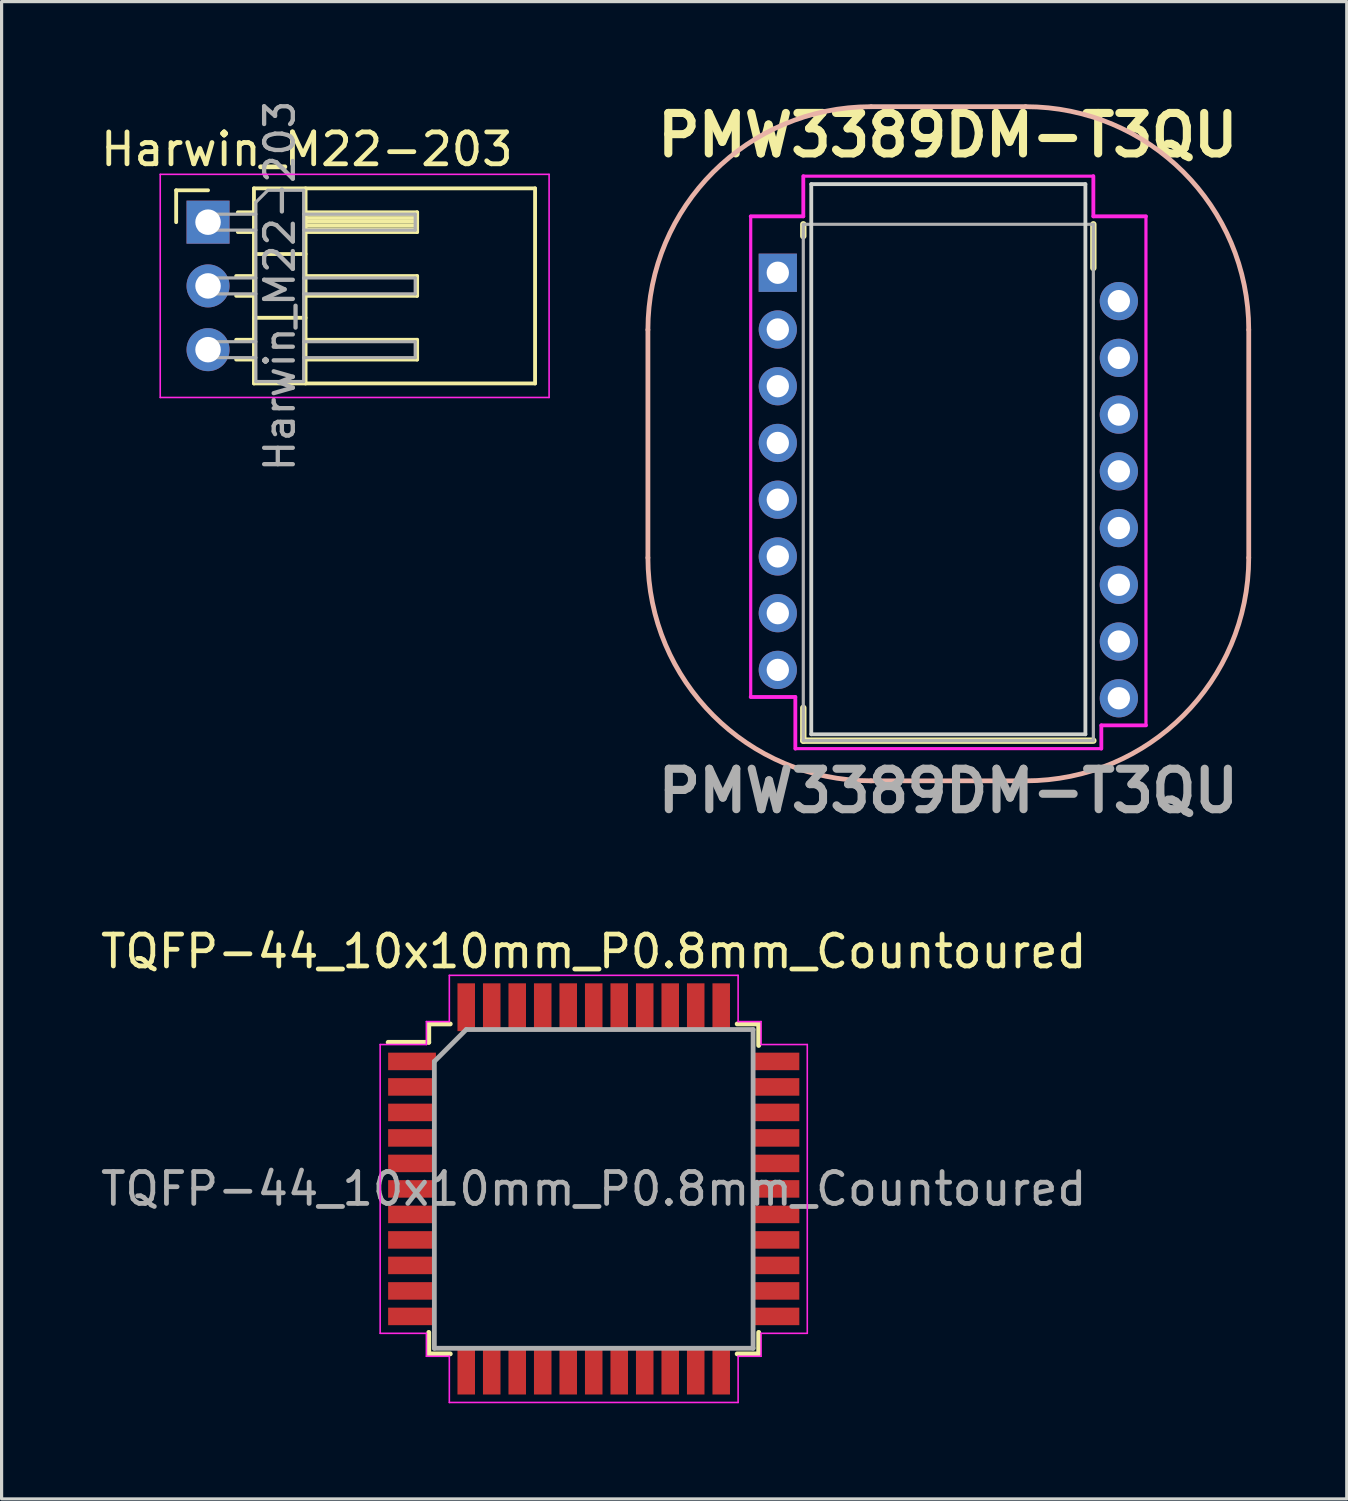
<source format=kicad_pcb>
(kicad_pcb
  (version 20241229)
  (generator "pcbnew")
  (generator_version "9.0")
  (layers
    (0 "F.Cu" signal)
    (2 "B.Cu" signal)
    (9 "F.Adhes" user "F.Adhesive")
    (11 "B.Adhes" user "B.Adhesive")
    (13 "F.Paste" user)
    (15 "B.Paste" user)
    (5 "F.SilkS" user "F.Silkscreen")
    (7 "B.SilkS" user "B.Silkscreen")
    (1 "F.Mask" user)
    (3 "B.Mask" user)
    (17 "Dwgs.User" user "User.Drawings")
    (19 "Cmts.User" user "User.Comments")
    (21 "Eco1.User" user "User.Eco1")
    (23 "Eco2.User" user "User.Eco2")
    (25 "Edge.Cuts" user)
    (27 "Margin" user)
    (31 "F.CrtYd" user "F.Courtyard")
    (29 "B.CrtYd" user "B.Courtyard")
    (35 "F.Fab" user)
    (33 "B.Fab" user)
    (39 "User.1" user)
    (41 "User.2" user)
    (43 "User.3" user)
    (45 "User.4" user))
  (footprint "Harwin_M22-203"
    (layer "F.Cu")
    (at 3.477 3.92)
    (property "Reference" "Harwin_M22-203" (at 3.1 -2.286 180) (layer "F.SilkS") (effects (font (size 1 1) (thickness 0.15))))
    (attr through_hole)
    (fp_line (start -1 -1) (end 0 -1) (stroke (width 0.12) (type solid)) (layer "F.SilkS"))
    (fp_line (start -1 0) (end -1 -1) (stroke (width 0.12) (type solid)) (layer "F.SilkS"))
    (fp_line (start 0.882 1.69) (end 1.44 1.69) (stroke (width 0.12) (type solid)) (layer "F.SilkS"))
    (fp_line (start 0.882 2.31) (end 1.44 2.31) (stroke (width 0.12) (type solid)) (layer "F.SilkS"))
    (fp_line (start 0.882 3.69) (end 1.44 3.69) (stroke (width 0.12) (type solid)) (layer "F.SilkS"))
    (fp_line (start 0.882 4.31) (end 1.44 4.31) (stroke (width 0.12) (type solid)) (layer "F.SilkS"))
    (fp_line (start 0.935 -0.31) (end 1.44 -0.31) (stroke (width 0.12) (type solid)) (layer "F.SilkS"))
    (fp_line (start 0.935 0.31) (end 1.44 0.31) (stroke (width 0.12) (type solid)) (layer "F.SilkS"))
    (fp_line (start 1.44 -1.06) (end 1.44 5.06) (stroke (width 0.12) (type solid)) (layer "F.SilkS"))
    (fp_line (start 1.44 1) (end 3.06 1) (stroke (width 0.12) (type solid)) (layer "F.SilkS"))
    (fp_line (start 1.44 3) (end 3.06 3) (stroke (width 0.12) (type solid)) (layer "F.SilkS"))
    (fp_line (start 1.44 5.06) (end 10.26 5.06) (stroke (width 0.12) (type solid)) (layer "F.SilkS"))
    (fp_line (start 3.06 -0.31) (end 6.56 -0.31) (stroke (width 0.12) (type solid)) (layer "F.SilkS"))
    (fp_line (start 3.06 -0.25) (end 6.56 -0.25) (stroke (width 0.12) (type solid)) (layer "F.SilkS"))
    (fp_line (start 3.06 -0.13) (end 6.56 -0.13) (stroke (width 0.12) (type solid)) (layer "F.SilkS"))
    (fp_line (start 3.06 -0.01) (end 6.56 -0.01) (stroke (width 0.12) (type solid)) (layer "F.SilkS"))
    (fp_line (start 3.06 0.11) (end 6.56 0.11) (stroke (width 0.12) (type solid)) (layer "F.SilkS"))
    (fp_line (start 3.06 0.23) (end 6.56 0.23) (stroke (width 0.12) (type solid)) (layer "F.SilkS"))
    (fp_line (start 3.06 1.69) (end 6.56 1.69) (stroke (width 0.12) (type solid)) (layer "F.SilkS"))
    (fp_line (start 3.06 3.69) (end 6.56 3.69) (stroke (width 0.12) (type solid)) (layer "F.SilkS"))
    (fp_line (start 3.06 5.06) (end 3.06 -1.06) (stroke (width 0.12) (type solid)) (layer "F.SilkS"))
    (fp_line (start 6.56 -0.31) (end 6.56 0.31) (stroke (width 0.12) (type solid)) (layer "F.SilkS"))
    (fp_line (start 6.56 0.31) (end 3.06 0.31) (stroke (width 0.12) (type solid)) (layer "F.SilkS"))
    (fp_line (start 6.56 1.69) (end 6.56 2.31) (stroke (width 0.12) (type solid)) (layer "F.SilkS"))
    (fp_line (start 6.56 2.31) (end 3.06 2.31) (stroke (width 0.12) (type solid)) (layer "F.SilkS"))
    (fp_line (start 6.56 3.69) (end 6.56 4.31) (stroke (width 0.12) (type solid)) (layer "F.SilkS"))
    (fp_line (start 6.56 4.31) (end 3.06 4.31) (stroke (width 0.12) (type solid)) (layer "F.SilkS"))
    (fp_line (start 10.26 -1.06) (end 1.44 -1.06) (stroke (width 0.12) (type solid)) (layer "F.SilkS"))
    (fp_line (start 10.26 5.06) (end 10.26 -1.06) (stroke (width 0.12) (type solid)) (layer "F.SilkS"))
    (fp_line (start -1.5 -1.5) (end -1.5 5.5) (stroke (width 0.05) (type solid)) (layer "F.CrtYd"))
    (fp_line (start -1.5 5.5) (end 10.7 5.5) (stroke (width 0.05) (type solid)) (layer "F.CrtYd"))
    (fp_line (start 10.7 -1.5) (end -1.5 -1.5) (stroke (width 0.05) (type solid)) (layer "F.CrtYd"))
    (fp_line (start 10.7 5.5) (end 10.7 -1.5) (stroke (width 0.05) (type solid)) (layer "F.CrtYd"))
    (fp_line (start -0.25 -0.25) (end -0.25 0.25) (stroke (width 0.1) (type solid)) (layer "F.Fab"))
    (fp_line (start -0.25 -0.25) (end 1.5 -0.25) (stroke (width 0.1) (type solid)) (layer "F.Fab"))
    (fp_line (start -0.25 0.25) (end 1.5 0.25) (stroke (width 0.1) (type solid)) (layer "F.Fab"))
    (fp_line (start -0.25 1.75) (end -0.25 2.25) (stroke (width 0.1) (type solid)) (layer "F.Fab"))
    (fp_line (start -0.25 1.75) (end 1.5 1.75) (stroke (width 0.1) (type solid)) (layer "F.Fab"))
    (fp_line (start -0.25 2.25) (end 1.5 2.25) (stroke (width 0.1) (type solid)) (layer "F.Fab"))
    (fp_line (start -0.25 3.75) (end -0.25 4.25) (stroke (width 0.1) (type solid)) (layer "F.Fab"))
    (fp_line (start -0.25 3.75) (end 1.5 3.75) (stroke (width 0.1) (type solid)) (layer "F.Fab"))
    (fp_line (start -0.25 4.25) (end 1.5 4.25) (stroke (width 0.1) (type solid)) (layer "F.Fab"))
    (fp_line (start 1.5 -0.625) (end 1.875 -1) (stroke (width 0.1) (type solid)) (layer "F.Fab"))
    (fp_line (start 1.5 5) (end 1.5 -0.625) (stroke (width 0.1) (type solid)) (layer "F.Fab"))
    (fp_line (start 1.875 -1) (end 3 -1) (stroke (width 0.1) (type solid)) (layer "F.Fab"))
    (fp_line (start 3 -1) (end 3 5) (stroke (width 0.1) (type solid)) (layer "F.Fab"))
    (fp_line (start 3 -0.25) (end 6.5 -0.25) (stroke (width 0.1) (type solid)) (layer "F.Fab"))
    (fp_line (start 3 0.25) (end 6.5 0.25) (stroke (width 0.1) (type solid)) (layer "F.Fab"))
    (fp_line (start 3 1.75) (end 6.5 1.75) (stroke (width 0.1) (type solid)) (layer "F.Fab"))
    (fp_line (start 3 2.25) (end 6.5 2.25) (stroke (width 0.1) (type solid)) (layer "F.Fab"))
    (fp_line (start 3 3.75) (end 6.5 3.75) (stroke (width 0.1) (type solid)) (layer "F.Fab"))
    (fp_line (start 3 4.25) (end 6.5 4.25) (stroke (width 0.1) (type solid)) (layer "F.Fab"))
    (fp_line (start 3 5) (end 1.5 5) (stroke (width 0.1) (type solid)) (layer "F.Fab"))
    (fp_line (start 6.5 -0.25) (end 6.5 0.25) (stroke (width 0.1) (type solid)) (layer "F.Fab"))
    (fp_line (start 6.5 1.75) (end 6.5 2.25) (stroke (width 0.1) (type solid)) (layer "F.Fab"))
    (fp_line (start 6.5 3.75) (end 6.5 4.25) (stroke (width 0.1) (type solid)) (layer "F.Fab"))
    (fp_text user "${REFERENCE}" (at 2.25 2 90) (layer "F.Fab") (effects (font (size 0.9 0.9) (thickness 0.135))))
    (pad "1" thru_hole rect (at 0 0) (size 1.35 1.35) (drill 0.8) (layers "*.Cu" "*.Mask"))
    (pad "2" thru_hole oval (at 0 2) (size 1.35 1.35) (drill 0.8) (layers "*.Cu" "*.Mask"))
    (pad "3" thru_hole oval (at 0 4) (size 1.35 1.35) (drill 0.8) (layers "*.Cu" "*.Mask")))
  (footprint "PMW3389DM-T3QU"
    (layer "F.Cu")
    (at 21.352 5.507)
    (property "Reference" "PMW3389DM-T3QU" (at 5.334 -4.318 0) (layer "F.SilkS") (effects (font (size 1.27 1.27) (thickness 0.254))))
    (attr through_hole)
    (fp_line (start 0.8 -1.15) (end 0.8 -1.52) (stroke (width 0.2) (type solid)) (layer "F.SilkS"))
    (fp_line (start 0.8 14.68) (end 0.8 13.65) (stroke (width 0.2) (type solid)) (layer "F.SilkS"))
    (fp_line (start 9.9 -1.52) (end 9.9 -0.15) (stroke (width 0.2) (type solid)) (layer "F.SilkS"))
    (fp_line (start 9.9 14.68) (end 0.8 14.68) (stroke (width 0.2) (type solid)) (layer "F.SilkS"))
    (fp_line (start -4.075 1.79) (end -4.075 8.94) (stroke (width 0.15) (type solid)) (layer "B.SilkS"))
    (fp_line (start 2.925 -5.21) (end 7.775 -5.21) (stroke (width 0.15) (type solid)) (layer "B.SilkS"))
    (fp_line (start 2.925 15.94) (end 7.775 15.94) (stroke (width 0.15) (type solid)) (layer "B.SilkS"))
    (fp_line (start 14.775 8.94) (end 14.775 1.79) (stroke (width 0.15) (type solid)) (layer "B.SilkS"))
    (fp_arc (start -4.075 1.79) (mid -2.024747 -3.159747) (end 2.925 -5.21) (stroke (width 0.15) (type solid)) (layer "B.SilkS"))
    (fp_arc (start 2.925 15.94) (mid -2.024747 13.889747) (end -4.075 8.94) (stroke (width 0.15) (type solid)) (layer "B.SilkS"))
    (fp_arc (start 7.775 -5.21) (mid 12.724747 -3.159747) (end 14.775 1.79) (stroke (width 0.15) (type solid)) (layer "B.SilkS"))
    (fp_arc (start 14.775 8.94) (mid 12.724747 13.889747) (end 7.775 15.94) (stroke (width 0.15) (type solid)) (layer "B.SilkS"))
    (fp_circle (center 5.35 5.66) (end 5.6 5.66) (stroke (width 0.12) (type solid)) (fill no) (layer "Eco2.User"))
    (fp_line (start 1.05 -2.78) (end 9.65 -2.78) (stroke (width 0.12) (type solid)) (layer "Edge.Cuts"))
    (fp_line (start 1.05 14.48) (end 1.05 -2.78) (stroke (width 0.12) (type solid)) (layer "Edge.Cuts"))
    (fp_line (start 9.65 -2.78) (end 9.65 14.48) (stroke (width 0.12) (type solid)) (layer "Edge.Cuts"))
    (fp_line (start 9.65 14.48) (end 1.05 14.48) (stroke (width 0.12) (type solid)) (layer "Edge.Cuts"))
    (fp_line (start -0.85 -1.77) (end 0.8 -1.77) (stroke (width 0.12) (type solid)) (layer "F.CrtYd"))
    (fp_line (start -0.85 13.31) (end -0.85 -1.77) (stroke (width 0.1) (type solid)) (layer "F.CrtYd"))
    (fp_line (start -0.85 13.31) (end 0.55 13.31) (stroke (width 0.12) (type solid)) (layer "F.CrtYd"))
    (fp_line (start 0.55 13.31) (end 0.55 14.93) (stroke (width 0.12) (type solid)) (layer "F.CrtYd"))
    (fp_line (start 0.8 -3.03) (end 9.9 -3.03) (stroke (width 0.1) (type solid)) (layer "F.CrtYd"))
    (fp_line (start 0.8 -1.77) (end 0.8 -3.03) (stroke (width 0.12) (type solid)) (layer "F.CrtYd"))
    (fp_line (start 9.9 -1.77) (end 9.9 -3.03) (stroke (width 0.12) (type solid)) (layer "F.CrtYd"))
    (fp_line (start 10.15 14.2) (end 10.15 14.93) (stroke (width 0.12) (type solid)) (layer "F.CrtYd"))
    (fp_line (start 10.15 14.93) (end 0.55 14.93) (stroke (width 0.1) (type solid)) (layer "F.CrtYd"))
    (fp_line (start 11.55 -1.77) (end 9.9 -1.77) (stroke (width 0.12) (type solid)) (layer "F.CrtYd"))
    (fp_line (start 11.55 -1.77) (end 11.55 14.2) (stroke (width 0.1) (type solid)) (layer "F.CrtYd"))
    (fp_line (start 11.55 14.2) (end 10.15 14.2) (stroke (width 0.12) (type solid)) (layer "F.CrtYd"))
    (fp_line (start 0.8 -1.52) (end 0.8 14.68) (stroke (width 0.1) (type solid)) (layer "F.Fab"))
    (fp_line (start 0.8 14.68) (end 9.9 14.68) (stroke (width 0.1) (type solid)) (layer "F.Fab"))
    (fp_line (start 9.9 -1.52) (end 0.8 -1.52) (stroke (width 0.1) (type solid)) (layer "F.Fab"))
    (fp_line (start 9.9 14.68) (end 9.9 -1.52) (stroke (width 0.1) (type solid)) (layer "F.Fab"))
    (fp_text user "${REFERENCE}" (at 5.35 16.256 0) (layer "F.Fab") (effects (font (size 1.27 1.27) (thickness 0.254))))
    (pad "1" thru_hole rect (at 0 0) (size 1.2 1.2) (drill 0.7) (layers "*.Cu" "*.Mask"))
    (pad "2" thru_hole circle (at 0 1.78) (size 1.2 1.2) (drill 0.7) (layers "*.Cu" "*.Mask"))
    (pad "3" thru_hole circle (at 0 3.56) (size 1.2 1.2) (drill 0.7) (layers "*.Cu" "*.Mask"))
    (pad "4" thru_hole circle (at 0 5.34) (size 1.2 1.2) (drill 0.7) (layers "*.Cu" "*.Mask"))
    (pad "5" thru_hole circle (at 0 7.12) (size 1.2 1.2) (drill 0.7) (layers "*.Cu" "*.Mask"))
    (pad "6" thru_hole circle (at 0 8.9) (size 1.2 1.2) (drill 0.7) (layers "*.Cu" "*.Mask"))
    (pad "7" thru_hole circle (at 0 10.68) (size 1.2 1.2) (drill 0.7) (layers "*.Cu" "*.Mask"))
    (pad "8" thru_hole circle (at 0 12.46) (size 1.2 1.2) (drill 0.7) (layers "*.Cu" "*.Mask"))
    (pad "9" thru_hole circle (at 10.7 13.35) (size 1.2 1.2) (drill 0.7) (layers "*.Cu" "*.Mask"))
    (pad "10" thru_hole circle (at 10.7 11.57) (size 1.2 1.2) (drill 0.7) (layers "*.Cu" "*.Mask"))
    (pad "11" thru_hole circle (at 10.7 9.79) (size 1.2 1.2) (drill 0.7) (layers "*.Cu" "*.Mask"))
    (pad "12" thru_hole circle (at 10.7 8.01) (size 1.2 1.2) (drill 0.7) (layers "*.Cu" "*.Mask"))
    (pad "13" thru_hole circle (at 10.7 6.23) (size 1.2 1.2) (drill 0.7) (layers "*.Cu" "*.Mask"))
    (pad "14" thru_hole circle (at 10.7 4.45) (size 1.2 1.2) (drill 0.7) (layers "*.Cu" "*.Mask"))
    (pad "15" thru_hole circle (at 10.7 2.67) (size 1.2 1.2) (drill 0.7) (layers "*.Cu" "*.Mask"))
    (pad "16" thru_hole circle (at 10.7 0.89) (size 1.2 1.2) (drill 0.7) (layers "*.Cu" "*.Mask")))
  (footprint "TQFP-44_10x10mm_P0.8mm_Countoured"
    (layer "F.Cu")
    (at 15.577 34.25)
    (property "Reference" "TQFP-44_10x10mm_P0.8mm_Countoured" (at 0 -7.45 0) (layer "F.SilkS") (effects (font (size 1 1) (thickness 0.15))))
    (attr smd)
    (fp_line (start -5.175 -5.175) (end -5.175 -4.6) (stroke (width 0.15) (type solid)) (layer "F.SilkS"))
    (fp_line (start -5.175 -5.175) (end -4.5 -5.175) (stroke (width 0.15) (type solid)) (layer "F.SilkS"))
    (fp_line (start -5.175 -4.6) (end -6.45 -4.6) (stroke (width 0.15) (type solid)) (layer "F.SilkS"))
    (fp_line (start -5.175 5.175) (end -5.175 4.5) (stroke (width 0.15) (type solid)) (layer "F.SilkS"))
    (fp_line (start -5.175 5.175) (end -4.5 5.175) (stroke (width 0.15) (type solid)) (layer "F.SilkS"))
    (fp_line (start 5.175 -5.175) (end 4.5 -5.175) (stroke (width 0.15) (type solid)) (layer "F.SilkS"))
    (fp_line (start 5.175 -5.175) (end 5.175 -4.5) (stroke (width 0.15) (type solid)) (layer "F.SilkS"))
    (fp_line (start 5.175 5.175) (end 4.5 5.175) (stroke (width 0.15) (type solid)) (layer "F.SilkS"))
    (fp_line (start 5.175 5.175) (end 5.175 4.5) (stroke (width 0.15) (type solid)) (layer "F.SilkS"))
    (fp_line (start -6.7 -4.53) (end -6.7 4.53) (stroke (width 0.05) (type solid)) (layer "F.CrtYd"))
    (fp_line (start -5.25 -5.25) (end -5.25 -4.53) (stroke (width 0.05) (type solid)) (layer "F.CrtYd"))
    (fp_line (start -5.25 -4.53) (end -6.7 -4.53) (stroke (width 0.05) (type solid)) (layer "F.CrtYd"))
    (fp_line (start -5.25 4.53) (end -6.7 4.53) (stroke (width 0.05) (type solid)) (layer "F.CrtYd"))
    (fp_line (start -5.25 5.25) (end -5.25 4.53) (stroke (width 0.05) (type solid)) (layer "F.CrtYd"))
    (fp_line (start -4.53 -6.7) (end -4.53 -5.25) (stroke (width 0.05) (type solid)) (layer "F.CrtYd"))
    (fp_line (start -4.53 -6.7) (end 4.53 -6.7) (stroke (width 0.05) (type solid)) (layer "F.CrtYd"))
    (fp_line (start -4.53 -5.25) (end -5.25 -5.25) (stroke (width 0.05) (type solid)) (layer "F.CrtYd"))
    (fp_line (start -4.53 5.25) (end -5.25 5.25) (stroke (width 0.05) (type solid)) (layer "F.CrtYd"))
    (fp_line (start -4.53 6.7) (end -4.53 5.25) (stroke (width 0.05) (type solid)) (layer "F.CrtYd"))
    (fp_line (start -4.53 6.7) (end 4.53 6.7) (stroke (width 0.05) (type solid)) (layer "F.CrtYd"))
    (fp_line (start 4.53 -6.7) (end 4.53 -5.25) (stroke (width 0.05) (type solid)) (layer "F.CrtYd"))
    (fp_line (start 4.53 -5.25) (end 5.25 -5.25) (stroke (width 0.05) (type solid)) (layer "F.CrtYd"))
    (fp_line (start 4.53 5.25) (end 5.25 5.25) (stroke (width 0.05) (type solid)) (layer "F.CrtYd"))
    (fp_line (start 4.53 6.7) (end 4.53 5.25) (stroke (width 0.05) (type solid)) (layer "F.CrtYd"))
    (fp_line (start 5.25 -5.25) (end 5.25 -4.53) (stroke (width 0.05) (type solid)) (layer "F.CrtYd"))
    (fp_line (start 5.25 -4.53) (end 6.7 -4.53) (stroke (width 0.05) (type solid)) (layer "F.CrtYd"))
    (fp_line (start 5.25 4.53) (end 6.7 4.53) (stroke (width 0.05) (type solid)) (layer "F.CrtYd"))
    (fp_line (start 5.25 5.25) (end 5.25 4.53) (stroke (width 0.05) (type solid)) (layer "F.CrtYd"))
    (fp_line (start 6.7 -4.53) (end 6.7 4.53) (stroke (width 0.05) (type solid)) (layer "F.CrtYd"))
    (fp_line (start -5 -4) (end -4 -5) (stroke (width 0.15) (type solid)) (layer "F.Fab"))
    (fp_line (start -5 5) (end -5 -4) (stroke (width 0.15) (type solid)) (layer "F.Fab"))
    (fp_line (start -4 -5) (end 5 -5) (stroke (width 0.15) (type solid)) (layer "F.Fab"))
    (fp_line (start 5 -5) (end 5 5) (stroke (width 0.15) (type solid)) (layer "F.Fab"))
    (fp_line (start 5 5) (end -5 5) (stroke (width 0.15) (type solid)) (layer "F.Fab"))
    (fp_text user "${REFERENCE}" (at 0 0 0) (layer "F.Fab") (effects (font (size 1 1) (thickness 0.15))))
    (pad "1" smd rect (at -5.7 -4) (size 1.5 0.55) (layers "F.Cu" "F.Mask" "F.Paste"))
    (pad "2" smd rect (at -5.7 -3.2) (size 1.5 0.55) (layers "F.Cu" "F.Mask" "F.Paste"))
    (pad "3" smd rect (at -5.7 -2.4) (size 1.5 0.55) (layers "F.Cu" "F.Mask" "F.Paste"))
    (pad "4" smd rect (at -5.7 -1.6) (size 1.5 0.55) (layers "F.Cu" "F.Mask" "F.Paste"))
    (pad "5" smd rect (at -5.7 -0.8) (size 1.5 0.55) (layers "F.Cu" "F.Mask" "F.Paste"))
    (pad "6" smd rect (at -5.7 0) (size 1.5 0.55) (layers "F.Cu" "F.Mask" "F.Paste"))
    (pad "7" smd rect (at -5.7 0.8) (size 1.5 0.55) (layers "F.Cu" "F.Mask" "F.Paste"))
    (pad "8" smd rect (at -5.7 1.6) (size 1.5 0.55) (layers "F.Cu" "F.Mask" "F.Paste"))
    (pad "9" smd rect (at -5.7 2.4) (size 1.5 0.55) (layers "F.Cu" "F.Mask" "F.Paste"))
    (pad "10" smd rect (at -5.7 3.2) (size 1.5 0.55) (layers "F.Cu" "F.Mask" "F.Paste"))
    (pad "11" smd rect (at -5.7 4) (size 1.5 0.55) (layers "F.Cu" "F.Mask" "F.Paste"))
    (pad "12" smd rect (at -4 5.7 90) (size 1.5 0.55) (layers "F.Cu" "F.Mask" "F.Paste"))
    (pad "13" smd rect (at -3.2 5.7 90) (size 1.5 0.55) (layers "F.Cu" "F.Mask" "F.Paste"))
    (pad "14" smd rect (at -2.4 5.7 90) (size 1.5 0.55) (layers "F.Cu" "F.Mask" "F.Paste"))
    (pad "15" smd rect (at -1.6 5.7 90) (size 1.5 0.55) (layers "F.Cu" "F.Mask" "F.Paste"))
    (pad "16" smd rect (at -0.8 5.7 90) (size 1.5 0.55) (layers "F.Cu" "F.Mask" "F.Paste"))
    (pad "17" smd rect (at 0 5.7 90) (size 1.5 0.55) (layers "F.Cu" "F.Mask" "F.Paste"))
    (pad "18" smd rect (at 0.8 5.7 90) (size 1.5 0.55) (layers "F.Cu" "F.Mask" "F.Paste"))
    (pad "19" smd rect (at 1.6 5.7 90) (size 1.5 0.55) (layers "F.Cu" "F.Mask" "F.Paste"))
    (pad "20" smd rect (at 2.4 5.7 90) (size 1.5 0.55) (layers "F.Cu" "F.Mask" "F.Paste"))
    (pad "21" smd rect (at 3.2 5.7 90) (size 1.5 0.55) (layers "F.Cu" "F.Mask" "F.Paste"))
    (pad "22" smd rect (at 4 5.7 90) (size 1.5 0.55) (layers "F.Cu" "F.Mask" "F.Paste"))
    (pad "23" smd rect (at 5.7 4) (size 1.5 0.55) (layers "F.Cu" "F.Mask" "F.Paste"))
    (pad "24" smd rect (at 5.7 3.2) (size 1.5 0.55) (layers "F.Cu" "F.Mask" "F.Paste"))
    (pad "25" smd rect (at 5.7 2.4) (size 1.5 0.55) (layers "F.Cu" "F.Mask" "F.Paste"))
    (pad "26" smd rect (at 5.7 1.6) (size 1.5 0.55) (layers "F.Cu" "F.Mask" "F.Paste"))
    (pad "27" smd rect (at 5.7 0.8) (size 1.5 0.55) (layers "F.Cu" "F.Mask" "F.Paste"))
    (pad "28" smd rect (at 5.7 0) (size 1.5 0.55) (layers "F.Cu" "F.Mask" "F.Paste"))
    (pad "29" smd rect (at 5.7 -0.8) (size 1.5 0.55) (layers "F.Cu" "F.Mask" "F.Paste"))
    (pad "30" smd rect (at 5.7 -1.6) (size 1.5 0.55) (layers "F.Cu" "F.Mask" "F.Paste"))
    (pad "31" smd rect (at 5.7 -2.4) (size 1.5 0.55) (layers "F.Cu" "F.Mask" "F.Paste"))
    (pad "32" smd rect (at 5.7 -3.2) (size 1.5 0.55) (layers "F.Cu" "F.Mask" "F.Paste"))
    (pad "33" smd rect (at 5.7 -4) (size 1.5 0.55) (layers "F.Cu" "F.Mask" "F.Paste"))
    (pad "34" smd rect (at 4 -5.7 90) (size 1.5 0.55) (layers "F.Cu" "F.Mask" "F.Paste"))
    (pad "35" smd rect (at 3.2 -5.7 90) (size 1.5 0.55) (layers "F.Cu" "F.Mask" "F.Paste"))
    (pad "36" smd rect (at 2.4 -5.7 90) (size 1.5 0.55) (layers "F.Cu" "F.Mask" "F.Paste"))
    (pad "37" smd rect (at 1.6 -5.7 90) (size 1.5 0.55) (layers "F.Cu" "F.Mask" "F.Paste"))
    (pad "38" smd rect (at 0.8 -5.7 90) (size 1.5 0.55) (layers "F.Cu" "F.Mask" "F.Paste"))
    (pad "39" smd rect (at 0 -5.7 90) (size 1.5 0.55) (layers "F.Cu" "F.Mask" "F.Paste"))
    (pad "40" smd rect (at -0.8 -5.7 90) (size 1.5 0.55) (layers "F.Cu" "F.Mask" "F.Paste"))
    (pad "41" smd rect (at -1.6 -5.7 90) (size 1.5 0.55) (layers "F.Cu" "F.Mask" "F.Paste"))
    (pad "42" smd rect (at -2.4 -5.7 90) (size 1.5 0.55) (layers "F.Cu" "F.Mask" "F.Paste"))
    (pad "43" smd rect (at -3.2 -5.7 90) (size 1.5 0.55) (layers "F.Cu" "F.Mask" "F.Paste"))
    (pad "44" smd rect (at -4 -5.7 90) (size 1.5 0.55) (layers "F.Cu" "F.Mask" "F.Paste")))
  (gr_rect
    (start -3 -3)
    (end 39.202 43.975)
    (stroke (width 0.1) (type default))
    (fill no)
    (layer "Edge.Cuts")))
</source>
